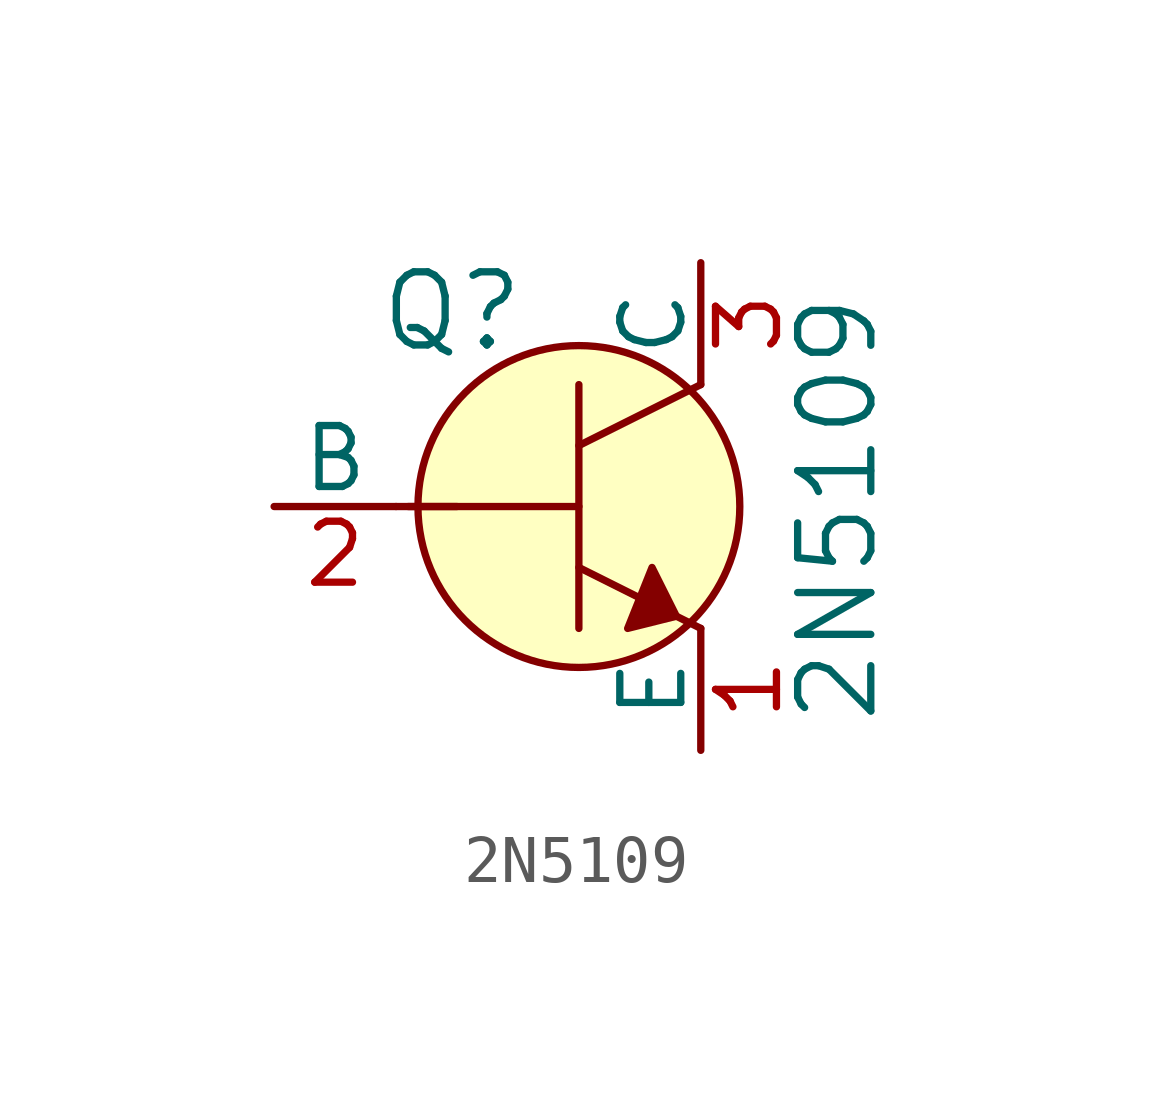
<source format=kicad_sym>
(kicad_symbol_lib
  (version 20211014)
  (generator kicad_symbol_editor)
  (symbol "2N5109"
    (pin_names
      (offset 0))
    (property "Reference" "Q"
      (at -5.182 4.064 0)
      (effects (font (size 1.524 1.524))))
    (property "Value" "2N5109"
      (at 2.845 -0.051 90)
      (effects (font (size 1.524 1.524))))
    (symbol "2N5109_0_1"
      (circle (center -2.54 0) (radius 3.353) (stroke (width 0) (type default) (color 0 0 0 0)) (fill (type background)))
      (polyline (pts (xy -6.35 0) (xy -5.08 0)) (stroke (width 0) (type default) (color 0 0 0 0)) (fill (type none)))
      (polyline (pts (xy -6.096 0) (xy -2.54 0)) (stroke (width 0) (type default) (color 0 0 0 0)) (fill (type none)))
      (polyline (pts (xy -2.54 -1.27) (xy 0 -2.54)) (stroke (width 0) (type default) (color 0 0 0 0)) (fill (type none)))
      (polyline (pts (xy -2.54 1.27) (xy 0 2.54)) (stroke (width 0) (type default) (color 0 0 0 0)) (fill (type none)))
      (polyline (pts (xy -2.54 2.54) (xy -2.54 -2.54)) (stroke (width 0) (type default) (color 0 0 0 0)) (fill (type none)))
      (polyline (pts (xy -1.016 -1.27) (xy -0.508 -2.286) (xy -1.524 -2.54) (xy -1.016 -1.27)) (stroke (width 0) (type default) (color 0 0 0 0)) (fill (type outline))))
    (symbol "2N5109_1_1"
      (pin passive line (at 0 -5.08 90) (length 2.54) (name "E" (effects (font (size 1.27 1.27)))) (number "1" (effects (font (size 1.27 1.27)))))
      (pin input line (at -8.89 0 0) (length 2.54) (name "B" (effects (font (size 1.27 1.27)))) (number "2" (effects (font (size 1.27 1.27)))))
      (pin passive line (at 0 5.08 270) (length 2.54) (name "C" (effects (font (size 1.27 1.27)))) (number "3" (effects (font (size 1.27 1.27))))))))
</source>
